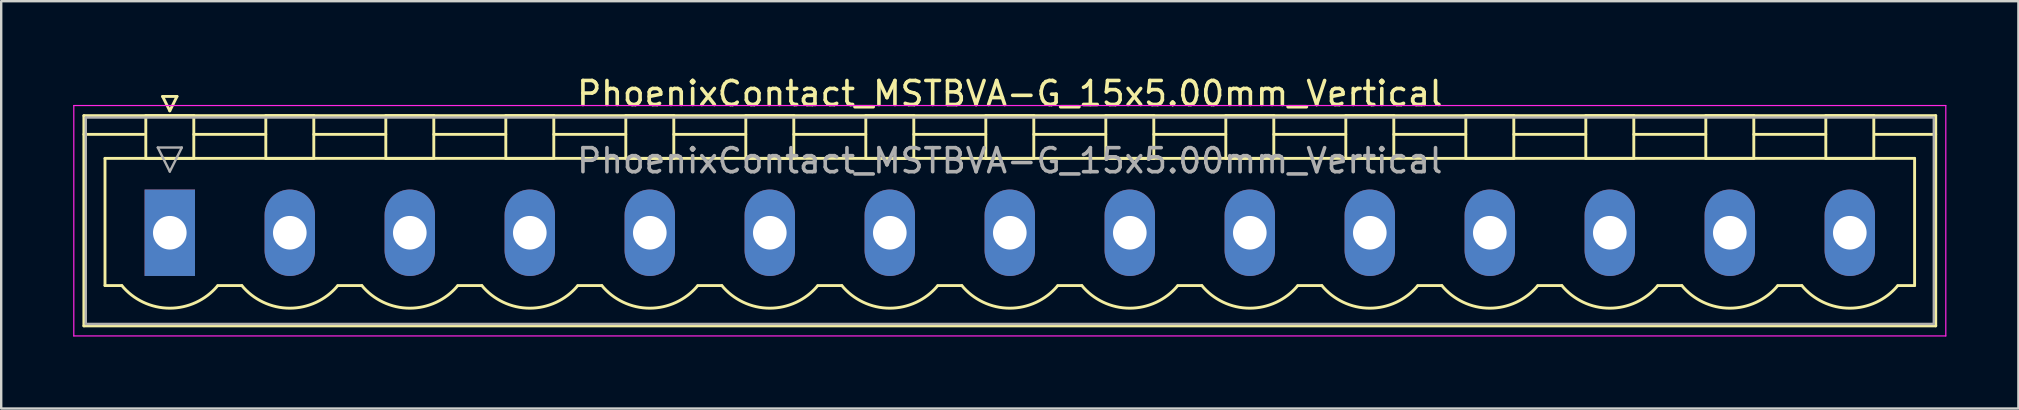
<source format=kicad_pcb>
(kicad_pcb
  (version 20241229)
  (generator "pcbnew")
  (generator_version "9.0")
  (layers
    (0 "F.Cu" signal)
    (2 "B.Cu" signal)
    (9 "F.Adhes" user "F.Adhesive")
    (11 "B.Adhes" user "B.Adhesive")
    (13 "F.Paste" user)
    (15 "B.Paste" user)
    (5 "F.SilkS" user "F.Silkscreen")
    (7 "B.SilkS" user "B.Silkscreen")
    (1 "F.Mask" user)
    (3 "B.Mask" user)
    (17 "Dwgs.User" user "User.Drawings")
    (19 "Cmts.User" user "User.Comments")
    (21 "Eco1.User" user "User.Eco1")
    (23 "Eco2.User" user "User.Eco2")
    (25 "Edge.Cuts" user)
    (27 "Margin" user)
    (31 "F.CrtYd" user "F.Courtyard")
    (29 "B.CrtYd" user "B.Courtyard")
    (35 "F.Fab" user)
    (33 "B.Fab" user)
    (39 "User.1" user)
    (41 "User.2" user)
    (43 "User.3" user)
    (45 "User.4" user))
  (footprint "PhoenixContact_MSTBVA-G_15x5.00mm_Vertical"
    (layer "F.Cu")
    (at 4.025 6.648)
    (property "Reference" "PhoenixContact_MSTBVA-G_15x5.00mm_Vertical" (at 35 -5.8 0) (layer "F.SilkS") (effects (font (size 1 1) (thickness 0.15))))
    (attr through_hole)
    (fp_line (start -3.58 -4.88) (end -3.58 3.88) (stroke (width 0.12) (type solid)) (layer "F.SilkS"))
    (fp_line (start -3.58 -4.1) (end -1.08 -4.1) (stroke (width 0.12) (type solid)) (layer "F.SilkS"))
    (fp_line (start -3.58 3.88) (end 73.58 3.88) (stroke (width 0.12) (type solid)) (layer "F.SilkS"))
    (fp_line (start -2.7 -3.1) (end 72.7 -3.1) (stroke (width 0.12) (type solid)) (layer "F.SilkS"))
    (fp_line (start -2.7 2.2) (end -2.7 -3.1) (stroke (width 0.12) (type solid)) (layer "F.SilkS"))
    (fp_line (start -2 2.2) (end -2.7 2.2) (stroke (width 0.12) (type solid)) (layer "F.SilkS"))
    (fp_line (start -1 -4.88) (end 1 -4.88) (stroke (width 0.12) (type solid)) (layer "F.SilkS"))
    (fp_line (start -1 -3.1) (end -1 -4.88) (stroke (width 0.12) (type solid)) (layer "F.SilkS"))
    (fp_line (start -0.3 -5.68) (end 0.3 -5.68) (stroke (width 0.12) (type solid)) (layer "F.SilkS"))
    (fp_line (start 0 -5.08) (end -0.3 -5.68) (stroke (width 0.12) (type solid)) (layer "F.SilkS"))
    (fp_line (start 0.3 -5.68) (end 0 -5.08) (stroke (width 0.12) (type solid)) (layer "F.SilkS"))
    (fp_line (start 1 -4.88) (end 1 -3.1) (stroke (width 0.12) (type solid)) (layer "F.SilkS"))
    (fp_line (start 1 -4.1) (end 4 -4.1) (stroke (width 0.12) (type solid)) (layer "F.SilkS"))
    (fp_line (start 1 -3.1) (end -1 -3.1) (stroke (width 0.12) (type solid)) (layer "F.SilkS"))
    (fp_line (start 2 2.2) (end 3 2.2) (stroke (width 0.12) (type solid)) (layer "F.SilkS"))
    (fp_line (start 4 -4.88) (end 6 -4.88) (stroke (width 0.12) (type solid)) (layer "F.SilkS"))
    (fp_line (start 4 -3.1) (end 4 -4.88) (stroke (width 0.12) (type solid)) (layer "F.SilkS"))
    (fp_line (start 6 -4.88) (end 6 -3.1) (stroke (width 0.12) (type solid)) (layer "F.SilkS"))
    (fp_line (start 6 -4.1) (end 9 -4.1) (stroke (width 0.12) (type solid)) (layer "F.SilkS"))
    (fp_line (start 6 -3.1) (end 4 -3.1) (stroke (width 0.12) (type solid)) (layer "F.SilkS"))
    (fp_line (start 7 2.2) (end 8 2.2) (stroke (width 0.12) (type solid)) (layer "F.SilkS"))
    (fp_line (start 9 -4.88) (end 11 -4.88) (stroke (width 0.12) (type solid)) (layer "F.SilkS"))
    (fp_line (start 9 -3.1) (end 9 -4.88) (stroke (width 0.12) (type solid)) (layer "F.SilkS"))
    (fp_line (start 11 -4.88) (end 11 -3.1) (stroke (width 0.12) (type solid)) (layer "F.SilkS"))
    (fp_line (start 11 -4.1) (end 14 -4.1) (stroke (width 0.12) (type solid)) (layer "F.SilkS"))
    (fp_line (start 11 -3.1) (end 9 -3.1) (stroke (width 0.12) (type solid)) (layer "F.SilkS"))
    (fp_line (start 12 2.2) (end 13 2.2) (stroke (width 0.12) (type solid)) (layer "F.SilkS"))
    (fp_line (start 14 -4.88) (end 16 -4.88) (stroke (width 0.12) (type solid)) (layer "F.SilkS"))
    (fp_line (start 14 -3.1) (end 14 -4.88) (stroke (width 0.12) (type solid)) (layer "F.SilkS"))
    (fp_line (start 16 -4.88) (end 16 -3.1) (stroke (width 0.12) (type solid)) (layer "F.SilkS"))
    (fp_line (start 16 -4.1) (end 19 -4.1) (stroke (width 0.12) (type solid)) (layer "F.SilkS"))
    (fp_line (start 16 -3.1) (end 14 -3.1) (stroke (width 0.12) (type solid)) (layer "F.SilkS"))
    (fp_line (start 17 2.2) (end 18 2.2) (stroke (width 0.12) (type solid)) (layer "F.SilkS"))
    (fp_line (start 19 -4.88) (end 21 -4.88) (stroke (width 0.12) (type solid)) (layer "F.SilkS"))
    (fp_line (start 19 -3.1) (end 19 -4.88) (stroke (width 0.12) (type solid)) (layer "F.SilkS"))
    (fp_line (start 21 -4.88) (end 21 -3.1) (stroke (width 0.12) (type solid)) (layer "F.SilkS"))
    (fp_line (start 21 -4.1) (end 24 -4.1) (stroke (width 0.12) (type solid)) (layer "F.SilkS"))
    (fp_line (start 21 -3.1) (end 19 -3.1) (stroke (width 0.12) (type solid)) (layer "F.SilkS"))
    (fp_line (start 22 2.2) (end 23 2.2) (stroke (width 0.12) (type solid)) (layer "F.SilkS"))
    (fp_line (start 24 -4.88) (end 26 -4.88) (stroke (width 0.12) (type solid)) (layer "F.SilkS"))
    (fp_line (start 24 -3.1) (end 24 -4.88) (stroke (width 0.12) (type solid)) (layer "F.SilkS"))
    (fp_line (start 26 -4.88) (end 26 -3.1) (stroke (width 0.12) (type solid)) (layer "F.SilkS"))
    (fp_line (start 26 -4.1) (end 29 -4.1) (stroke (width 0.12) (type solid)) (layer "F.SilkS"))
    (fp_line (start 26 -3.1) (end 24 -3.1) (stroke (width 0.12) (type solid)) (layer "F.SilkS"))
    (fp_line (start 27 2.2) (end 28 2.2) (stroke (width 0.12) (type solid)) (layer "F.SilkS"))
    (fp_line (start 29 -4.88) (end 31 -4.88) (stroke (width 0.12) (type solid)) (layer "F.SilkS"))
    (fp_line (start 29 -3.1) (end 29 -4.88) (stroke (width 0.12) (type solid)) (layer "F.SilkS"))
    (fp_line (start 31 -4.88) (end 31 -3.1) (stroke (width 0.12) (type solid)) (layer "F.SilkS"))
    (fp_line (start 31 -4.1) (end 34 -4.1) (stroke (width 0.12) (type solid)) (layer "F.SilkS"))
    (fp_line (start 31 -3.1) (end 29 -3.1) (stroke (width 0.12) (type solid)) (layer "F.SilkS"))
    (fp_line (start 32 2.2) (end 33 2.2) (stroke (width 0.12) (type solid)) (layer "F.SilkS"))
    (fp_line (start 34 -4.88) (end 36 -4.88) (stroke (width 0.12) (type solid)) (layer "F.SilkS"))
    (fp_line (start 34 -3.1) (end 34 -4.88) (stroke (width 0.12) (type solid)) (layer "F.SilkS"))
    (fp_line (start 36 -4.88) (end 36 -3.1) (stroke (width 0.12) (type solid)) (layer "F.SilkS"))
    (fp_line (start 36 -4.1) (end 39 -4.1) (stroke (width 0.12) (type solid)) (layer "F.SilkS"))
    (fp_line (start 36 -3.1) (end 34 -3.1) (stroke (width 0.12) (type solid)) (layer "F.SilkS"))
    (fp_line (start 37 2.2) (end 38 2.2) (stroke (width 0.12) (type solid)) (layer "F.SilkS"))
    (fp_line (start 39 -4.88) (end 41 -4.88) (stroke (width 0.12) (type solid)) (layer "F.SilkS"))
    (fp_line (start 39 -3.1) (end 39 -4.88) (stroke (width 0.12) (type solid)) (layer "F.SilkS"))
    (fp_line (start 41 -4.88) (end 41 -3.1) (stroke (width 0.12) (type solid)) (layer "F.SilkS"))
    (fp_line (start 41 -4.1) (end 44 -4.1) (stroke (width 0.12) (type solid)) (layer "F.SilkS"))
    (fp_line (start 41 -3.1) (end 39 -3.1) (stroke (width 0.12) (type solid)) (layer "F.SilkS"))
    (fp_line (start 42 2.2) (end 43 2.2) (stroke (width 0.12) (type solid)) (layer "F.SilkS"))
    (fp_line (start 44 -4.88) (end 46 -4.88) (stroke (width 0.12) (type solid)) (layer "F.SilkS"))
    (fp_line (start 44 -3.1) (end 44 -4.88) (stroke (width 0.12) (type solid)) (layer "F.SilkS"))
    (fp_line (start 46 -4.88) (end 46 -3.1) (stroke (width 0.12) (type solid)) (layer "F.SilkS"))
    (fp_line (start 46 -4.1) (end 49 -4.1) (stroke (width 0.12) (type solid)) (layer "F.SilkS"))
    (fp_line (start 46 -3.1) (end 44 -3.1) (stroke (width 0.12) (type solid)) (layer "F.SilkS"))
    (fp_line (start 47 2.2) (end 48 2.2) (stroke (width 0.12) (type solid)) (layer "F.SilkS"))
    (fp_line (start 49 -4.88) (end 51 -4.88) (stroke (width 0.12) (type solid)) (layer "F.SilkS"))
    (fp_line (start 49 -3.1) (end 49 -4.88) (stroke (width 0.12) (type solid)) (layer "F.SilkS"))
    (fp_line (start 51 -4.88) (end 51 -3.1) (stroke (width 0.12) (type solid)) (layer "F.SilkS"))
    (fp_line (start 51 -4.1) (end 54 -4.1) (stroke (width 0.12) (type solid)) (layer "F.SilkS"))
    (fp_line (start 51 -3.1) (end 49 -3.1) (stroke (width 0.12) (type solid)) (layer "F.SilkS"))
    (fp_line (start 52 2.2) (end 53 2.2) (stroke (width 0.12) (type solid)) (layer "F.SilkS"))
    (fp_line (start 54 -4.88) (end 56 -4.88) (stroke (width 0.12) (type solid)) (layer "F.SilkS"))
    (fp_line (start 54 -3.1) (end 54 -4.88) (stroke (width 0.12) (type solid)) (layer "F.SilkS"))
    (fp_line (start 56 -4.88) (end 56 -3.1) (stroke (width 0.12) (type solid)) (layer "F.SilkS"))
    (fp_line (start 56 -4.1) (end 59 -4.1) (stroke (width 0.12) (type solid)) (layer "F.SilkS"))
    (fp_line (start 56 -3.1) (end 54 -3.1) (stroke (width 0.12) (type solid)) (layer "F.SilkS"))
    (fp_line (start 57 2.2) (end 58 2.2) (stroke (width 0.12) (type solid)) (layer "F.SilkS"))
    (fp_line (start 59 -4.88) (end 61 -4.88) (stroke (width 0.12) (type solid)) (layer "F.SilkS"))
    (fp_line (start 59 -3.1) (end 59 -4.88) (stroke (width 0.12) (type solid)) (layer "F.SilkS"))
    (fp_line (start 61 -4.88) (end 61 -3.1) (stroke (width 0.12) (type solid)) (layer "F.SilkS"))
    (fp_line (start 61 -4.1) (end 64 -4.1) (stroke (width 0.12) (type solid)) (layer "F.SilkS"))
    (fp_line (start 61 -3.1) (end 59 -3.1) (stroke (width 0.12) (type solid)) (layer "F.SilkS"))
    (fp_line (start 62 2.2) (end 63 2.2) (stroke (width 0.12) (type solid)) (layer "F.SilkS"))
    (fp_line (start 64 -4.88) (end 66 -4.88) (stroke (width 0.12) (type solid)) (layer "F.SilkS"))
    (fp_line (start 64 -3.1) (end 64 -4.88) (stroke (width 0.12) (type solid)) (layer "F.SilkS"))
    (fp_line (start 66 -4.88) (end 66 -3.1) (stroke (width 0.12) (type solid)) (layer "F.SilkS"))
    (fp_line (start 66 -4.1) (end 69 -4.1) (stroke (width 0.12) (type solid)) (layer "F.SilkS"))
    (fp_line (start 66 -3.1) (end 64 -3.1) (stroke (width 0.12) (type solid)) (layer "F.SilkS"))
    (fp_line (start 67 2.2) (end 68 2.2) (stroke (width 0.12) (type solid)) (layer "F.SilkS"))
    (fp_line (start 69 -4.88) (end 71 -4.88) (stroke (width 0.12) (type solid)) (layer "F.SilkS"))
    (fp_line (start 69 -3.1) (end 69 -4.88) (stroke (width 0.12) (type solid)) (layer "F.SilkS"))
    (fp_line (start 71 -4.88) (end 71 -3.1) (stroke (width 0.12) (type solid)) (layer "F.SilkS"))
    (fp_line (start 71 -3.1) (end 69 -3.1) (stroke (width 0.12) (type solid)) (layer "F.SilkS"))
    (fp_line (start 72.7 -3.1) (end 72.7 2.2) (stroke (width 0.12) (type solid)) (layer "F.SilkS"))
    (fp_line (start 72.7 2.2) (end 72 2.2) (stroke (width 0.12) (type solid)) (layer "F.SilkS"))
    (fp_line (start 73.58 -4.88) (end -3.58 -4.88) (stroke (width 0.12) (type solid)) (layer "F.SilkS"))
    (fp_line (start 73.58 -4.1) (end 71.08 -4.1) (stroke (width 0.12) (type solid)) (layer "F.SilkS"))
    (fp_line (start 73.58 3.88) (end 73.58 -4.88) (stroke (width 0.12) (type solid)) (layer "F.SilkS"))
    (fp_arc (start 1.986842 2.215821) (mid -0.010289 3.142758) (end -2 2.2) (stroke (width 0.12) (type solid)) (layer "F.SilkS"))
    (fp_arc (start 6.986842 2.215821) (mid 4.989711 3.142758) (end 3 2.2) (stroke (width 0.12) (type solid)) (layer "F.SilkS"))
    (fp_arc (start 11.986842 2.215821) (mid 9.989711 3.142758) (end 8 2.2) (stroke (width 0.12) (type solid)) (layer "F.SilkS"))
    (fp_arc (start 16.986842 2.215821) (mid 14.989711 3.142758) (end 13 2.2) (stroke (width 0.12) (type solid)) (layer "F.SilkS"))
    (fp_arc (start 21.986842 2.215821) (mid 19.989711 3.142758) (end 18 2.2) (stroke (width 0.12) (type solid)) (layer "F.SilkS"))
    (fp_arc (start 26.986842 2.215821) (mid 24.989711 3.142758) (end 23 2.2) (stroke (width 0.12) (type solid)) (layer "F.SilkS"))
    (fp_arc (start 31.986842 2.215821) (mid 29.989711 3.142758) (end 28 2.2) (stroke (width 0.12) (type solid)) (layer "F.SilkS"))
    (fp_arc (start 36.986842 2.215821) (mid 34.989711 3.142758) (end 33 2.2) (stroke (width 0.12) (type solid)) (layer "F.SilkS"))
    (fp_arc (start 41.986842 2.215821) (mid 39.989711 3.142758) (end 38 2.2) (stroke (width 0.12) (type solid)) (layer "F.SilkS"))
    (fp_arc (start 46.986842 2.215821) (mid 44.989711 3.142758) (end 43 2.2) (stroke (width 0.12) (type solid)) (layer "F.SilkS"))
    (fp_arc (start 51.986842 2.215821) (mid 49.989711 3.142758) (end 48 2.2) (stroke (width 0.12) (type solid)) (layer "F.SilkS"))
    (fp_arc (start 56.986842 2.215821) (mid 54.989711 3.142758) (end 53 2.2) (stroke (width 0.12) (type solid)) (layer "F.SilkS"))
    (fp_arc (start 61.986842 2.215821) (mid 59.989711 3.142758) (end 58 2.2) (stroke (width 0.12) (type solid)) (layer "F.SilkS"))
    (fp_arc (start 66.986842 2.215821) (mid 64.989711 3.142758) (end 63 2.2) (stroke (width 0.12) (type solid)) (layer "F.SilkS"))
    (fp_arc (start 71.986842 2.215821) (mid 69.989711 3.142758) (end 68 2.2) (stroke (width 0.12) (type solid)) (layer "F.SilkS"))
    (fp_line (start -4 -5.3) (end -4 4.3) (stroke (width 0.05) (type solid)) (layer "F.CrtYd"))
    (fp_line (start -4 4.3) (end 74 4.3) (stroke (width 0.05) (type solid)) (layer "F.CrtYd"))
    (fp_line (start 74 -5.3) (end -4 -5.3) (stroke (width 0.05) (type solid)) (layer "F.CrtYd"))
    (fp_line (start 74 4.3) (end 74 -5.3) (stroke (width 0.05) (type solid)) (layer "F.CrtYd"))
    (fp_line (start -3.5 -4.8) (end -3.5 3.8) (stroke (width 0.1) (type solid)) (layer "F.Fab"))
    (fp_line (start -3.5 3.8) (end 73.5 3.8) (stroke (width 0.1) (type solid)) (layer "F.Fab"))
    (fp_line (start -0.5 -3.55) (end 0.5 -3.55) (stroke (width 0.1) (type solid)) (layer "F.Fab"))
    (fp_line (start 0 -2.55) (end -0.5 -3.55) (stroke (width 0.1) (type solid)) (layer "F.Fab"))
    (fp_line (start 0.5 -3.55) (end 0 -2.55) (stroke (width 0.1) (type solid)) (layer "F.Fab"))
    (fp_line (start 73.5 -4.8) (end -3.5 -4.8) (stroke (width 0.1) (type solid)) (layer "F.Fab"))
    (fp_line (start 73.5 3.8) (end 73.5 -4.8) (stroke (width 0.1) (type solid)) (layer "F.Fab"))
    (fp_text user "${REFERENCE}" (at 35 -3 0) (layer "F.Fab") (effects (font (size 1 1) (thickness 0.15))))
    (pad "1" thru_hole rect (at 0 0) (size 2.1 3.6) (drill 1.4) (layers "*.Cu" "*.Mask"))
    (pad "2" thru_hole oval (at 5 0) (size 2.1 3.6) (drill 1.4) (layers "*.Cu" "*.Mask"))
    (pad "3" thru_hole oval (at 10 0) (size 2.1 3.6) (drill 1.4) (layers "*.Cu" "*.Mask"))
    (pad "4" thru_hole oval (at 15 0) (size 2.1 3.6) (drill 1.4) (layers "*.Cu" "*.Mask"))
    (pad "5" thru_hole oval (at 20 0) (size 2.1 3.6) (drill 1.4) (layers "*.Cu" "*.Mask"))
    (pad "6" thru_hole oval (at 25 0) (size 2.1 3.6) (drill 1.4) (layers "*.Cu" "*.Mask"))
    (pad "7" thru_hole oval (at 30 0) (size 2.1 3.6) (drill 1.4) (layers "*.Cu" "*.Mask"))
    (pad "8" thru_hole oval (at 35 0) (size 2.1 3.6) (drill 1.4) (layers "*.Cu" "*.Mask"))
    (pad "9" thru_hole oval (at 40 0) (size 2.1 3.6) (drill 1.4) (layers "*.Cu" "*.Mask"))
    (pad "10" thru_hole oval (at 45 0) (size 2.1 3.6) (drill 1.4) (layers "*.Cu" "*.Mask"))
    (pad "11" thru_hole oval (at 50 0) (size 2.1 3.6) (drill 1.4) (layers "*.Cu" "*.Mask"))
    (pad "12" thru_hole oval (at 55 0) (size 2.1 3.6) (drill 1.4) (layers "*.Cu" "*.Mask"))
    (pad "13" thru_hole oval (at 60 0) (size 2.1 3.6) (drill 1.4) (layers "*.Cu" "*.Mask"))
    (pad "14" thru_hole oval (at 65 0) (size 2.1 3.6) (drill 1.4) (layers "*.Cu" "*.Mask"))
    (pad "15" thru_hole oval (at 70 0) (size 2.1 3.6) (drill 1.4) (layers "*.Cu" "*.Mask")))
  (gr_rect
    (start -3 -3)
    (end 81.05 13.973)
    (stroke (width 0.1) (type default))
    (fill no)
    (layer "Edge.Cuts")))
</source>
